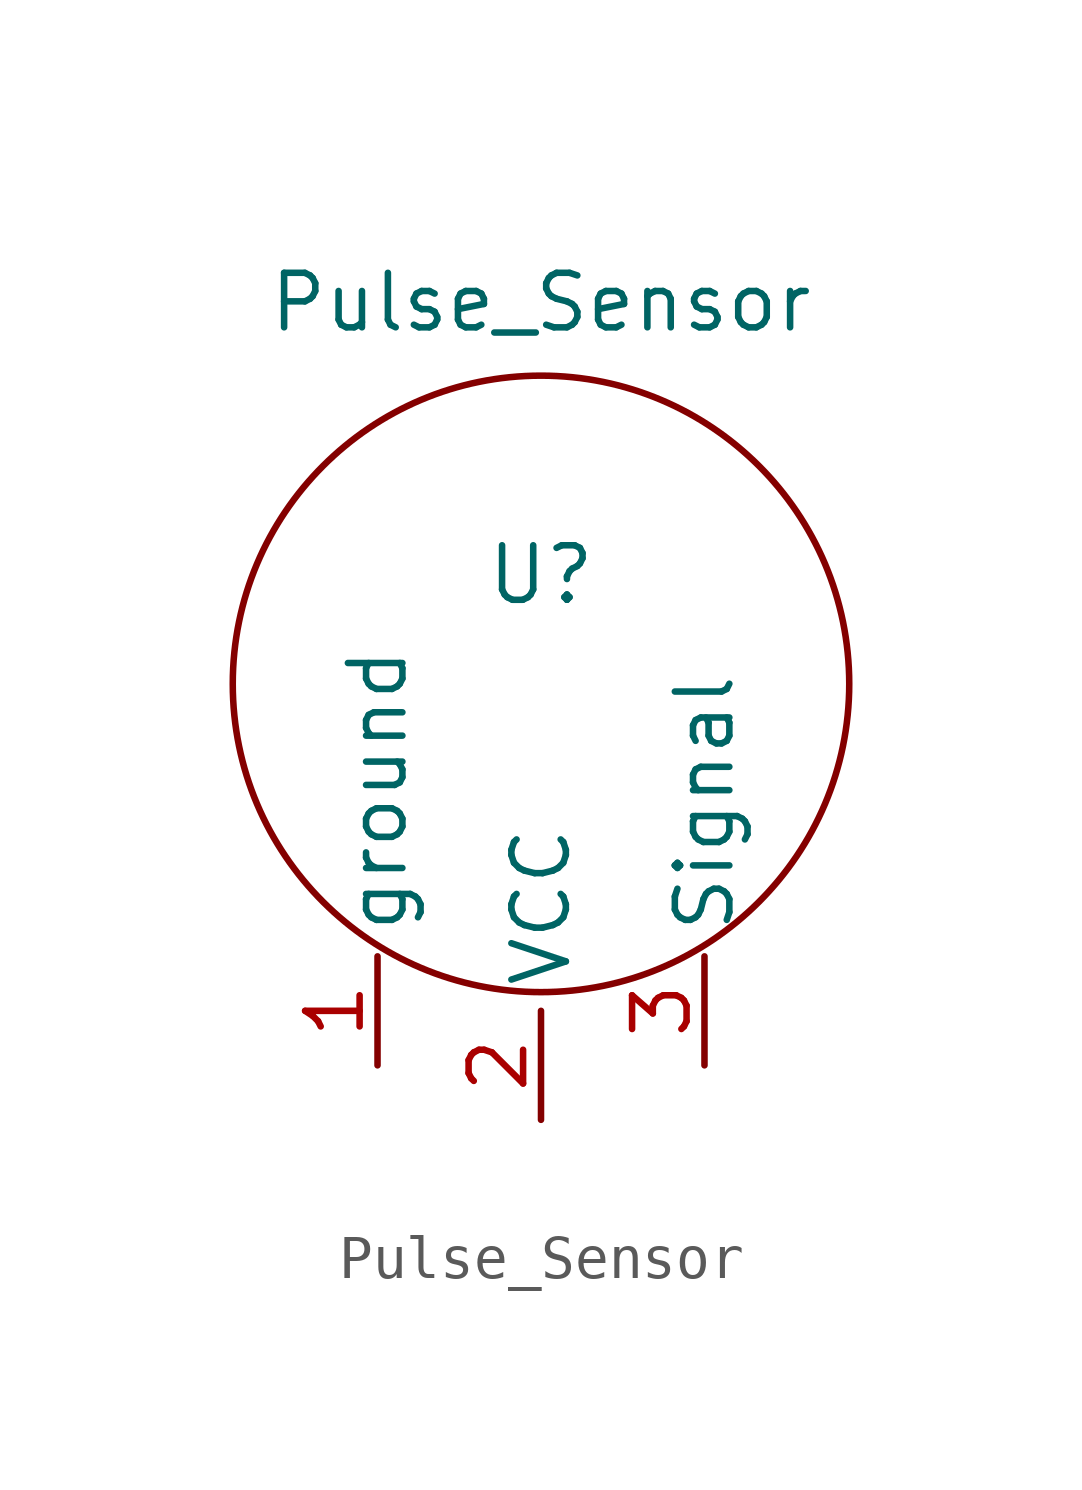
<source format=kicad_sym>
(kicad_symbol_lib
  (version 20220914)
  (generator kicad_symbol_editor)
  (symbol "Pulse_Sensor"
    (property "Reference" "U"
      (at 0 2.54 0)
      (effects (font (size 1.27 1.27))))
    (property "Value" "Pulse_Sensor"
      (at 0 8.89 0)
      (effects (font (size 1.27 1.27))))
    (symbol "Pulse_Sensor_0_1"
      (circle (center 0 0) (radius 7.184) (stroke (width 0) (type default)) (fill (type none))))
    (symbol "Pulse_Sensor_1_1"
      (pin power_in line (at -3.81 -8.89 90) (length 2.54) (name "ground" (effects (font (size 1.27 1.27)))) (number "1" (effects (font (size 1.27 1.27)))))
      (pin power_in line (at 0 -10.16 90) (length 2.54) (name "VCC" (effects (font (size 1.27 1.27)))) (number "2" (effects (font (size 1.27 1.27)))))
      (pin input line (at 3.81 -8.89 90) (length 2.54) (name "Signal" (effects (font (size 1.27 1.27)))) (number "3" (effects (font (size 1.27 1.27))))))))
</source>
